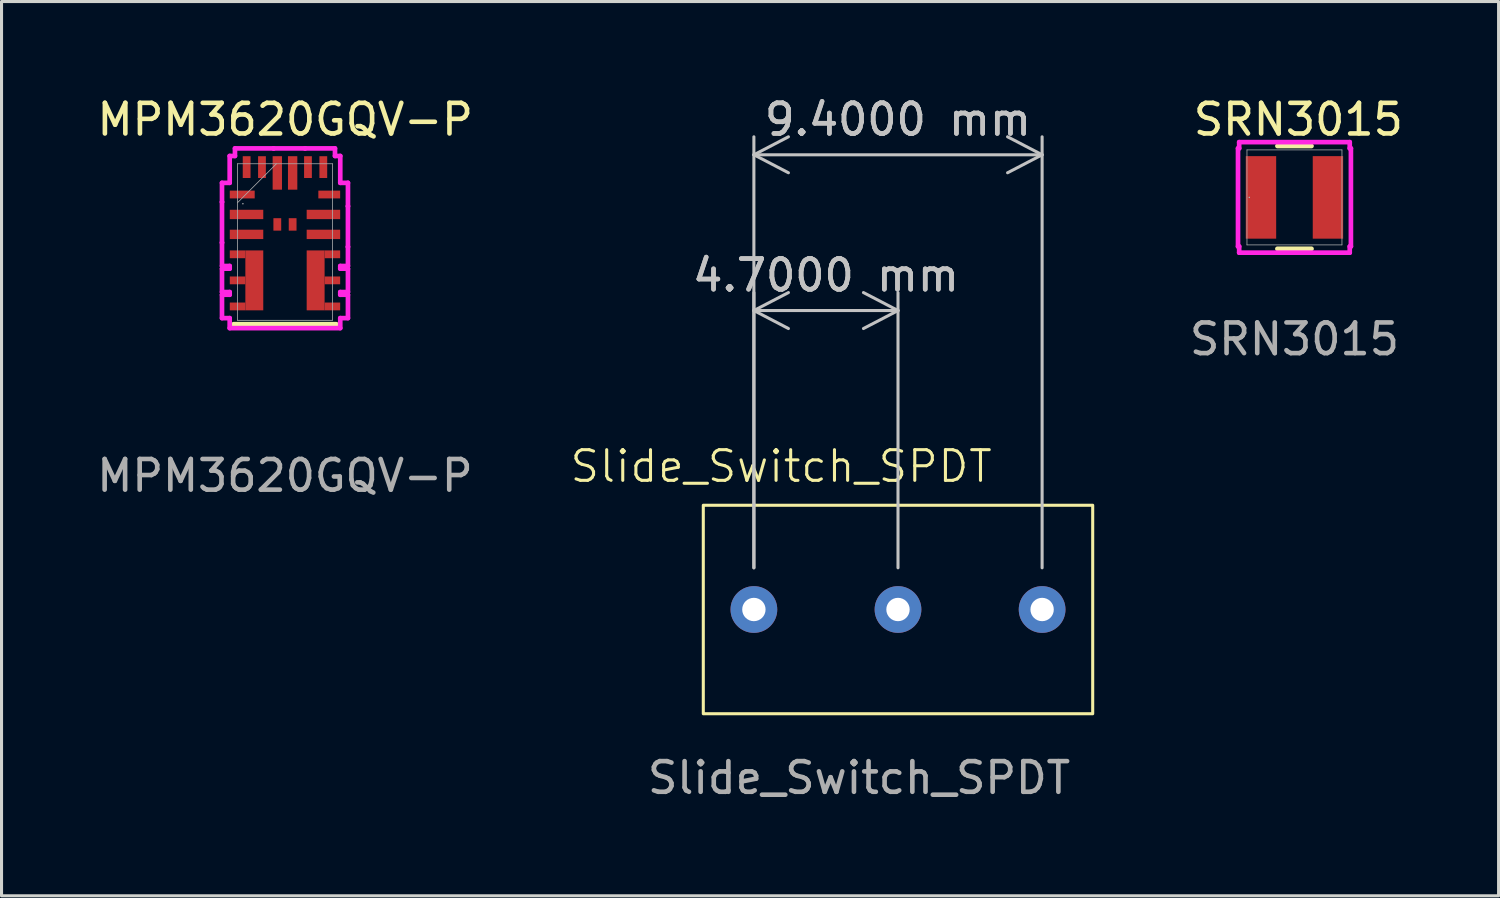
<source format=kicad_pcb>
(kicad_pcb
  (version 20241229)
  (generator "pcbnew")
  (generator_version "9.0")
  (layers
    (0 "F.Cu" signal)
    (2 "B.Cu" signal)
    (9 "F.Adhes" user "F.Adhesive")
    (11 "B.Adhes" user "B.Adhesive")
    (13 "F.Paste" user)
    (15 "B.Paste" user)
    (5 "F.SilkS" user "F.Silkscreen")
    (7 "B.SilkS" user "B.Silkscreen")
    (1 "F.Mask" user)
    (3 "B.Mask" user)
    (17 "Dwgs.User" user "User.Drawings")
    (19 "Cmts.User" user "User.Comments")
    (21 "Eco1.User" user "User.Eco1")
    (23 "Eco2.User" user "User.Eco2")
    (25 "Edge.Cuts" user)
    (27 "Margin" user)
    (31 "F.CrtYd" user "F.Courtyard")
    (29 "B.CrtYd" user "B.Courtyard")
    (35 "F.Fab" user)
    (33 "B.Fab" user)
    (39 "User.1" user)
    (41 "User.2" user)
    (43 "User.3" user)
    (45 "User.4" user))
  (footprint "Slide_Switch_SPDT"
    (layer "F.Cu")
    (at 26.237 13.428)
    (property "Reference" "Slide_Switch_SPDT" (at -3.81 -1.27 0) (unlocked yes) (layer "F.SilkS") (effects (font (size 1 1) (thickness 0.1))))
    (attr through_hole)
    (fp_rect (start -6.35 0) (end 6.35 6.8) (stroke (width 0.1) (type default)) (fill no) (layer "F.SilkS"))
    (fp_text user "${REFERENCE}" (at -1.27 8.89 0) (unlocked yes) (layer "F.Fab") (effects (font (size 1 1) (thickness 0.15))))
    (dimension (type aligned) (layer "Dwgs.User") (pts (xy 30.937 15.968) (xy 21.537 15.968)) (height 13.97) (format (prefix "") (suffix "") (units 3) (units_format 1) (precision 4)) (style (thickness 0.1) (arrow_length 1.27) (text_position_mode 0) (arrow_direction outward) (extension_height 0.586) (extension_offset 0.5) (keep_text_aligned yes)) (gr_text "9.4000 mm" (at 26.237 0.848 0) (layer "Dwgs.User") (effects (font (size 1 1) (thickness 0.15)))))
    (dimension (type aligned) (layer "Dwgs.User") (pts (xy 21.537 15.968) (xy 26.237 15.968)) (height -8.89) (format (prefix "") (suffix "") (units 3) (units_format 1) (precision 4)) (style (thickness 0.1) (arrow_length 1.27) (text_position_mode 0) (arrow_direction outward) (extension_height 0.586) (extension_offset 0.5) (keep_text_aligned yes)) (gr_text "4.7000 mm" (at 23.887 5.928 0) (layer "Dwgs.User") (effects (font (size 1 1) (thickness 0.15)))))
    (pad "1" thru_hole circle (at -4.7 3.4) (size 1.524 1.524) (drill 0.762) (layers "*.Cu" "*.Mask"))
    (pad "2" thru_hole circle (at 0 3.4) (size 1.524 1.524) (drill 0.762) (layers "*.Cu" "*.Mask"))
    (pad "3" thru_hole circle (at 4.7 3.4) (size 1.524 1.524) (drill 0.762) (layers "*.Cu" "*.Mask")))
  (footprint "MPM3620GQV-P"
    (layer "F.Cu")
    (at 6.244 4.844)
    (property "Reference" "MPM3620GQV-P" (at 0.008 -3.996 0) (unlocked yes) (layer "F.SilkS") (effects (font (size 1 1) (thickness 0.15))))
    (attr smd)
    (fp_poly (pts (xy -1.292 0.273) (xy -0.708 0.273) (xy -0.708 2.227) (xy -1.292 2.227)) (stroke (width 0) (type solid)) (fill yes) (layer "F.Cu"))
    (fp_poly (pts (xy 1.292 2.227) (xy 0.708 2.227) (xy 0.708 0.273) (xy 1.292 0.273)) (stroke (width 0) (type solid)) (fill yes) (layer "F.Cu"))
    (fp_poly (pts (xy -1.292 0.273) (xy -0.708 0.273) (xy -0.708 2.227) (xy -1.292 2.227)) (stroke (width 0) (type solid)) (fill yes) (layer "F.Mask"))
    (fp_poly (pts (xy 1.292 2.227) (xy 0.708 2.227) (xy 0.708 0.273) (xy 1.292 0.273)) (stroke (width 0) (type solid)) (fill yes) (layer "F.Mask"))
    (fp_line (start 1.676 2.68) (end -1.676 2.68) (stroke (width 0.152) (type solid)) (layer "F.SilkS"))
    (fp_poly (pts (xy -1.292 0.273) (xy -0.708 0.273) (xy -0.708 2.227) (xy -1.292 2.227)) (stroke (width 0) (type solid)) (fill yes) (layer "F.Paste"))
    (fp_poly (pts (xy 1.292 2.227) (xy 0.708 2.227) (xy 0.708 0.273) (xy 1.292 0.273)) (stroke (width 0) (type solid)) (fill yes) (layer "F.Paste"))
    (fp_line (start -2.054 -1.931) (end -2.054 -1.306) (stroke (width 0.152) (type solid)) (layer "F.CrtYd"))
    (fp_line (start -2.054 -1.306) (end -2.054 -1.306) (stroke (width 0.152) (type solid)) (layer "F.CrtYd"))
    (fp_line (start -2.054 -1.306) (end -2.054 0.019) (stroke (width 0.152) (type solid)) (layer "F.CrtYd"))
    (fp_line (start -2.054 0.019) (end -2.054 0.019) (stroke (width 0.152) (type solid)) (layer "F.CrtYd"))
    (fp_line (start -2.054 0.019) (end -2.054 0.781) (stroke (width 0.152) (type solid)) (layer "F.CrtYd"))
    (fp_line (start -2.054 0.781) (end -1.803 0.781) (stroke (width 0.152) (type solid)) (layer "F.CrtYd"))
    (fp_line (start -2.054 0.869) (end -2.054 1.631) (stroke (width 0.152) (type solid)) (layer "F.CrtYd"))
    (fp_line (start -2.054 1.631) (end -1.803 1.631) (stroke (width 0.152) (type solid)) (layer "F.CrtYd"))
    (fp_line (start -2.054 1.719) (end -2.054 2.481) (stroke (width 0.152) (type solid)) (layer "F.CrtYd"))
    (fp_line (start -2.054 2.481) (end -1.803 2.481) (stroke (width 0.152) (type solid)) (layer "F.CrtYd"))
    (fp_line (start -1.803 -2.807) (end -1.803 -1.931) (stroke (width 0.152) (type solid)) (layer "F.CrtYd"))
    (fp_line (start -1.803 -1.931) (end -2.054 -1.931) (stroke (width 0.152) (type solid)) (layer "F.CrtYd"))
    (fp_line (start -1.803 0.781) (end -1.803 0.869) (stroke (width 0.152) (type solid)) (layer "F.CrtYd"))
    (fp_line (start -1.803 0.869) (end -2.054 0.869) (stroke (width 0.152) (type solid)) (layer "F.CrtYd"))
    (fp_line (start -1.803 1.631) (end -1.803 1.719) (stroke (width 0.152) (type solid)) (layer "F.CrtYd"))
    (fp_line (start -1.803 1.719) (end -2.054 1.719) (stroke (width 0.152) (type solid)) (layer "F.CrtYd"))
    (fp_line (start -1.803 2.481) (end -1.803 2.807) (stroke (width 0.152) (type solid)) (layer "F.CrtYd"))
    (fp_line (start -1.803 2.807) (end 1.803 2.807) (stroke (width 0.152) (type solid)) (layer "F.CrtYd"))
    (fp_line (start -1.631 -3.054) (end -1.631 -2.807) (stroke (width 0.152) (type solid)) (layer "F.CrtYd"))
    (fp_line (start -1.631 -2.807) (end -1.803 -2.807) (stroke (width 0.152) (type solid)) (layer "F.CrtYd"))
    (fp_line (start -0.369 -3.054) (end -0.369 -3.054) (stroke (width 0.152) (type solid)) (layer "F.CrtYd"))
    (fp_line (start -0.369 -3.054) (end -1.631 -3.054) (stroke (width 0.152) (type solid)) (layer "F.CrtYd"))
    (fp_line (start 0.656 -3.054) (end -0.369 -3.054) (stroke (width 0.152) (type solid)) (layer "F.CrtYd"))
    (fp_line (start 0.656 -3.054) (end 0.656 -3.054) (stroke (width 0.152) (type solid)) (layer "F.CrtYd"))
    (fp_line (start 1.631 -3.054) (end 0.656 -3.054) (stroke (width 0.152) (type solid)) (layer "F.CrtYd"))
    (fp_line (start 1.631 -2.807) (end 1.631 -3.054) (stroke (width 0.152) (type solid)) (layer "F.CrtYd"))
    (fp_line (start 1.803 -2.807) (end 1.631 -2.807) (stroke (width 0.152) (type solid)) (layer "F.CrtYd"))
    (fp_line (start 1.803 -1.931) (end 1.803 -2.807) (stroke (width 0.152) (type solid)) (layer "F.CrtYd"))
    (fp_line (start 1.803 0.781) (end 2.054 0.781) (stroke (width 0.152) (type solid)) (layer "F.CrtYd"))
    (fp_line (start 1.803 0.869) (end 1.803 0.781) (stroke (width 0.152) (type solid)) (layer "F.CrtYd"))
    (fp_line (start 1.803 1.631) (end 2.054 1.631) (stroke (width 0.152) (type solid)) (layer "F.CrtYd"))
    (fp_line (start 1.803 1.719) (end 1.803 1.631) (stroke (width 0.152) (type solid)) (layer "F.CrtYd"))
    (fp_line (start 1.803 2.481) (end 2.054 2.481) (stroke (width 0.152) (type solid)) (layer "F.CrtYd"))
    (fp_line (start 1.803 2.807) (end 1.803 2.481) (stroke (width 0.152) (type solid)) (layer "F.CrtYd"))
    (fp_line (start 2.054 -1.931) (end 1.803 -1.931) (stroke (width 0.152) (type solid)) (layer "F.CrtYd"))
    (fp_line (start 2.054 -1.169) (end 2.054 -1.931) (stroke (width 0.152) (type solid)) (layer "F.CrtYd"))
    (fp_line (start 2.054 0.156) (end 2.054 0.156) (stroke (width 0.152) (type solid)) (layer "F.CrtYd"))
    (fp_line (start 2.054 0.781) (end 2.054 0.156) (stroke (width 0.152) (type solid)) (layer "F.CrtYd"))
    (fp_line (start 2.054 0.869) (end 1.803 0.869) (stroke (width 0.152) (type solid)) (layer "F.CrtYd"))
    (fp_line (start 2.054 1.631) (end 2.054 0.869) (stroke (width 0.152) (type solid)) (layer "F.CrtYd"))
    (fp_line (start 2.054 1.719) (end 1.803 1.719) (stroke (width 0.152) (type solid)) (layer "F.CrtYd"))
    (fp_line (start 2.054 2.481) (end 2.054 1.719) (stroke (width 0.152) (type solid)) (layer "F.CrtYd"))
    (fp_line (start 2.054 -1.169) (end 2.054 -1.169) (stroke (width 0.152) (type solid)) (layer "F.CrtYd"))
    (fp_line (start 2.054 0.156) (end 2.054 -1.169) (stroke (width 0.152) (type solid)) (layer "F.CrtYd"))
    (fp_line (start -1.549 -2.553) (end -1.549 2.553) (stroke (width 0.025) (type solid)) (layer "F.Fab"))
    (fp_line (start -1.549 -1.283) (end -0.279 -2.553) (stroke (width 0.025) (type solid)) (layer "F.Fab"))
    (fp_line (start -1.549 2.553) (end 1.549 2.553) (stroke (width 0.025) (type solid)) (layer "F.Fab"))
    (fp_line (start 1.549 -2.553) (end -1.549 -2.553) (stroke (width 0.025) (type solid)) (layer "F.Fab"))
    (fp_line (start 1.549 2.553) (end 1.549 -2.553) (stroke (width 0.025) (type solid)) (layer "F.Fab"))
    (fp_circle (center -1.372 -1.25) (end -1.372 -1.25) (stroke (width 0.025) (type solid)) (fill no) (layer "F.Fab"))
    (fp_text user "${REFERENCE}" (at 0 7.62 0) (unlocked yes) (layer "F.Fab") (effects (font (size 1 1) (thickness 0.15))))
    (pad "1" smd rect (at -1.394 -1.55) (size 0.813 0.254) (layers "F.Cu" "F.Mask" "F.Paste"))
    (pad "2" smd rect (at -1.254 -0.9) (size 1.092 0.305) (layers "F.Cu" "F.Mask" "F.Paste"))
    (pad "3" smd rect (at -1.254 -0.25) (size 1.092 0.305) (layers "F.Cu" "F.Mask" "F.Paste"))
    (pad "4" smd rect (at -1.546 0.4) (size 0.508 0.254) (layers "F.Cu" "F.Mask" "F.Paste"))
    (pad "5" smd rect (at -1.546 1.25) (size 0.508 0.254) (layers "F.Cu" "F.Mask" "F.Paste"))
    (pad "6" smd rect (at -1.546 2.1) (size 0.508 0.254) (layers "F.Cu" "F.Mask" "F.Paste"))
    (pad "7" smd rect (at 1.546 2.1) (size 0.508 0.254) (layers "F.Cu" "F.Mask" "F.Paste"))
    (pad "8" smd rect (at 1.546 1.25) (size 0.508 0.254) (layers "F.Cu" "F.Mask" "F.Paste"))
    (pad "9" smd rect (at 1.546 0.4) (size 0.508 0.254) (layers "F.Cu" "F.Mask" "F.Paste"))
    (pad "10" smd rect (at 1.254 -0.25) (size 1.092 0.305) (layers "F.Cu" "F.Mask" "F.Paste"))
    (pad "11" smd rect (at 1.254 -0.9) (size 1.092 0.305) (layers "F.Cu" "F.Mask" "F.Paste"))
    (pad "12" smd rect (at 1.444 -1.55) (size 0.711 0.254) (layers "F.Cu" "F.Mask" "F.Paste"))
    (pad "13" smd rect (at 1.25 -2.444 90) (size 0.711 0.254) (layers "F.Cu" "F.Mask" "F.Paste"))
    (pad "14" smd rect (at 0.75 -2.444 90) (size 0.711 0.254) (layers "F.Cu" "F.Mask" "F.Paste"))
    (pad "15" smd rect (at 0.25 -2.254 90) (size 1.092 0.305) (layers "F.Cu" "F.Mask" "F.Paste"))
    (pad "16" smd rect (at -0.25 -2.254 90) (size 1.092 0.305) (layers "F.Cu" "F.Mask" "F.Paste"))
    (pad "17" smd rect (at -0.75 -2.444 90) (size 0.711 0.254) (layers "F.Cu" "F.Mask" "F.Paste"))
    (pad "18" smd rect (at -1.25 -2.444 90) (size 0.711 0.254) (layers "F.Cu" "F.Mask" "F.Paste"))
    (pad "19" smd rect (at -0.25 -0.575) (size 0.254 0.406) (layers "F.Cu" "F.Mask" "F.Paste"))
    (pad "20" smd rect (at 0.25 -0.575) (size 0.254 0.406) (layers "F.Cu" "F.Mask" "F.Paste"))
    (zone (net_name "") (layer "F.Cu") (hatch full 0.508) (connect_pads) (min_thickness 0.254) (filled_areas_thickness no) (keepout (tracks not_allowed) (vias not_allowed) (pads allowed) (copperpour not_allowed) (footprints allowed)) (placement (enabled no)) (fill) (polygon (pts (xy 6.819 3.874) (xy 5.669 3.874) (xy 5.669 4.664) (xy 6.819 4.664)))))
  (footprint "SRN3015"
    (layer "F.Cu")
    (at 39.167 3.388)
    (property "Reference" "SRN3015" (at 0.127 -2.54 0) (unlocked yes) (layer "F.SilkS") (effects (font (size 1 1) (thickness 0.15))))
    (attr smd)
    (fp_line (start -0.556 1.676) (end 0.556 1.676) (stroke (width 0.152) (type solid)) (layer "F.SilkS"))
    (fp_line (start 0.556 -1.676) (end -0.556 -1.676) (stroke (width 0.152) (type solid)) (layer "F.SilkS"))
    (fp_line (start -1.841 -1.6) (end -1.803 -1.6) (stroke (width 0.152) (type solid)) (layer "F.CrtYd"))
    (fp_line (start -1.841 1.6) (end -1.841 -1.6) (stroke (width 0.152) (type solid)) (layer "F.CrtYd"))
    (fp_line (start -1.803 -1.803) (end 1.803 -1.803) (stroke (width 0.152) (type solid)) (layer "F.CrtYd"))
    (fp_line (start -1.803 -1.6) (end -1.803 -1.803) (stroke (width 0.152) (type solid)) (layer "F.CrtYd"))
    (fp_line (start -1.803 1.6) (end -1.841 1.6) (stroke (width 0.152) (type solid)) (layer "F.CrtYd"))
    (fp_line (start -1.803 1.803) (end -1.803 1.6) (stroke (width 0.152) (type solid)) (layer "F.CrtYd"))
    (fp_line (start 1.803 -1.803) (end 1.803 -1.6) (stroke (width 0.152) (type solid)) (layer "F.CrtYd"))
    (fp_line (start 1.803 -1.6) (end 1.841 -1.6) (stroke (width 0.152) (type solid)) (layer "F.CrtYd"))
    (fp_line (start 1.803 1.6) (end 1.803 1.803) (stroke (width 0.152) (type solid)) (layer "F.CrtYd"))
    (fp_line (start 1.803 1.803) (end -1.803 1.803) (stroke (width 0.152) (type solid)) (layer "F.CrtYd"))
    (fp_line (start 1.841 -1.6) (end 1.841 1.6) (stroke (width 0.152) (type solid)) (layer "F.CrtYd"))
    (fp_line (start 1.841 1.6) (end 1.803 1.6) (stroke (width 0.152) (type solid)) (layer "F.CrtYd"))
    (fp_line (start -1.549 -1.549) (end -1.549 1.549) (stroke (width 0.025) (type solid)) (layer "F.Fab"))
    (fp_line (start -1.549 1.549) (end 1.549 1.549) (stroke (width 0.025) (type solid)) (layer "F.Fab"))
    (fp_line (start 1.549 -1.549) (end -1.549 -1.549) (stroke (width 0.025) (type solid)) (layer "F.Fab"))
    (fp_line (start 1.549 1.549) (end 1.549 -1.549) (stroke (width 0.025) (type solid)) (layer "F.Fab"))
    (fp_circle (center -1.473 0) (end -1.473 0) (stroke (width 0.025) (type solid)) (fill no) (layer "F.Fab"))
    (fp_text user "${REFERENCE}" (at 0 4.623 0) (unlocked yes) (layer "F.Fab") (effects (font (size 1 1) (thickness 0.15))))
    (pad "1" smd rect (at -1.092 0) (size 0.991 2.692) (layers "F.Cu" "F.Mask" "F.Paste"))
    (pad "2" smd rect (at 1.092 0) (size 0.991 2.692) (layers "F.Cu" "F.Mask" "F.Paste"))
    (zone (net_name "") (layer "F.Cu") (hatch full 0.508) (connect_pads) (min_thickness 0.254) (filled_areas_thickness no) (keepout (tracks not_allowed) (vias not_allowed) (pads allowed) (copperpour not_allowed) (footprints allowed)) (placement (enabled no)) (fill) (polygon (pts (xy 38.621 1.89) (xy 39.713 1.89) (xy 39.713 4.887) (xy 38.621 4.887)))))
  (gr_rect
    (start -3 -3)
    (end 45.824 26.166)
    (stroke (width 0.1) (type default))
    (fill no)
    (layer "Edge.Cuts")))
</source>
